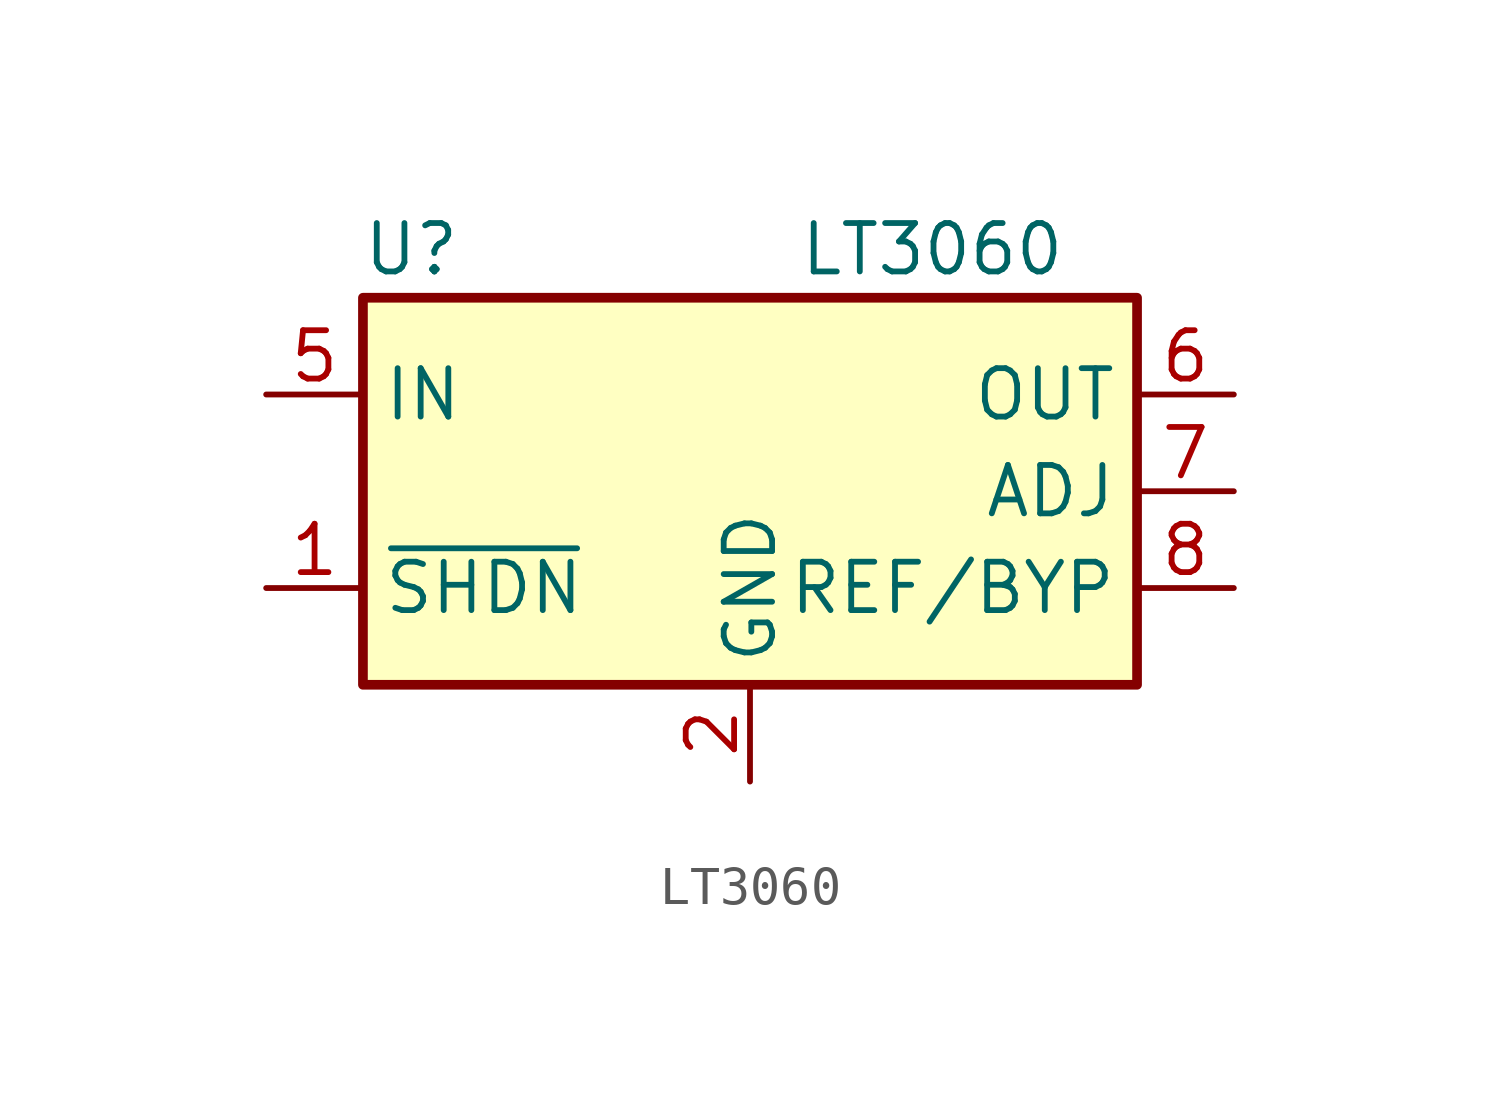
<source format=kicad_sym>
(kicad_symbol_lib
  (version 20211014)
  (generator kicad_symbol_editor)
  (symbol "LT3060"
    (property "Reference" "U"
      (at -8.89 6.35 0)
      (effects (font (size 1.27 1.27))))
    (property "Value" "LT3060"
      (at 1.27 6.35 0)
      (effects (font (size 1.27 1.27)) (justify left)))
    (symbol "LT3060_0_1"
      (rectangle (start -10.16 5.08) (end 10.16 -5.08) (stroke (width 0.254) (type default) (color 0 0 0 0)) (fill (type background))))
    (symbol "LT3060_1_1"
      (pin input line (at -12.7 -2.54 0) (length 2.54) (name "~{SHDN}" (effects (font (size 1.27 1.27)))) (number "1" (effects (font (size 1.27 1.27)))))
      (pin power_in line (at 0 -7.62 90) (length 2.54) (name "GND" (effects (font (size 1.27 1.27)))) (number "2" (effects (font (size 1.27 1.27)))))
      (pin passive line (at 0 -7.62 90) (length 2.54) hide (name "GND" (effects (font (size 1.27 1.27)))) (number "3" (effects (font (size 1.27 1.27)))))
      (pin passive line (at 0 -7.62 90) (length 2.54) hide (name "GND" (effects (font (size 1.27 1.27)))) (number "4" (effects (font (size 1.27 1.27)))))
      (pin power_in line (at -12.7 2.54 0) (length 2.54) (name "IN" (effects (font (size 1.27 1.27)))) (number "5" (effects (font (size 1.27 1.27)))))
      (pin power_out line (at 12.7 2.54 180) (length 2.54) (name "OUT" (effects (font (size 1.27 1.27)))) (number "6" (effects (font (size 1.27 1.27)))))
      (pin input line (at 12.7 0 180) (length 2.54) (name "ADJ" (effects (font (size 1.27 1.27)))) (number "7" (effects (font (size 1.27 1.27)))))
      (pin passive line (at 12.7 -2.54 180) (length 2.54) (name "REF/BYP" (effects (font (size 1.27 1.27)))) (number "8" (effects (font (size 1.27 1.27))))))))
</source>
